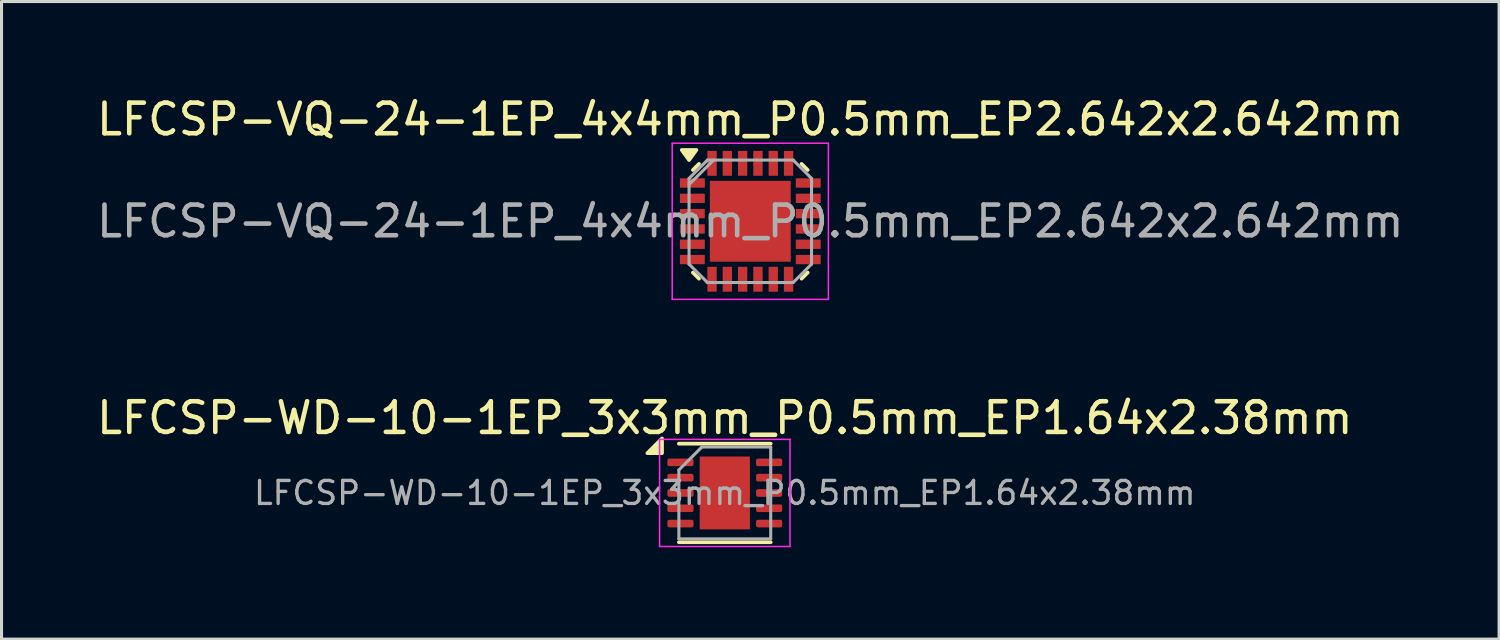
<source format=kicad_pcb>
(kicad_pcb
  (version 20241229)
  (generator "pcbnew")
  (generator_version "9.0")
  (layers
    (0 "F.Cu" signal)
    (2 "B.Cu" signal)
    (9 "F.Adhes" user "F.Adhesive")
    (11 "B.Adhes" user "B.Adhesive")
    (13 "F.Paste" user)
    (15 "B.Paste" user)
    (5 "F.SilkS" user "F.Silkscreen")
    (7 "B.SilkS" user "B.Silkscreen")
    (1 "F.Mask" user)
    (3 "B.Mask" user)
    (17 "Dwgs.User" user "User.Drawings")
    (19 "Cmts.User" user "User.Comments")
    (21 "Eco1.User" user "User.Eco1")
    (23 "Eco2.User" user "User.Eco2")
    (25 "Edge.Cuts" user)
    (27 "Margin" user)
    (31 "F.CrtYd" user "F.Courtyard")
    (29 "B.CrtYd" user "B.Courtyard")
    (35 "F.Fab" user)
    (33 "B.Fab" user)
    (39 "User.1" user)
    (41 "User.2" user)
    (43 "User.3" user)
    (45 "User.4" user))
  (footprint "LFCSP-VQ-24-1EP_4x4mm_P0.5mm_EP2.642x2.642mm"
    (layer "F.Cu")
    (at 21.458 4.178)
    (property "Reference" "LFCSP-VQ-24-1EP_4x4mm_P0.5mm_EP2.642x2.642mm" (at 0 -3.33 0) (layer "F.SilkS") (effects (font (size 1 1) (thickness 0.15))))
    (attr smd)
    (fp_line (start -1.675 -1.875) (end -1.875 -1.675) (stroke (width 0.12) (type solid)) (layer "F.SilkS"))
    (fp_line (start -1.675 1.875) (end -1.875 1.675) (stroke (width 0.12) (type solid)) (layer "F.SilkS"))
    (fp_line (start 1.675 1.875) (end 1.875 1.675) (stroke (width 0.12) (type solid)) (layer "F.SilkS"))
    (fp_line (start 1.875 -1.675) (end 1.675 -1.875) (stroke (width 0.12) (type solid)) (layer "F.SilkS"))
    (fp_poly (pts (xy -2 -2) (xy -2.24 -2.33) (xy -1.76 -2.33) (xy -2 -2)) (stroke (width 0.12) (type solid)) (fill yes) (layer "F.SilkS"))
    (fp_line (start -2.55 -2.55) (end -2.55 2.55) (stroke (width 0.05) (type solid)) (layer "F.CrtYd"))
    (fp_line (start -2.55 -2.55) (end 2.55 -2.55) (stroke (width 0.05) (type solid)) (layer "F.CrtYd"))
    (fp_line (start -2.55 2.55) (end 2.55 2.55) (stroke (width 0.05) (type solid)) (layer "F.CrtYd"))
    (fp_line (start 2.55 -2.55) (end 2.55 2.55) (stroke (width 0.05) (type solid)) (layer "F.CrtYd"))
    (fp_line (start -2 -1.4) (end -1.4 -2) (stroke (width 0.1) (type solid)) (layer "F.Fab"))
    (fp_line (start -2 1.4) (end -2 -1.4) (stroke (width 0.1) (type solid)) (layer "F.Fab"))
    (fp_line (start -2 1.4) (end -1.4 2) (stroke (width 0.1) (type solid)) (layer "F.Fab"))
    (fp_line (start -1.4 -2) (end 1.4 -2) (stroke (width 0.1) (type solid)) (layer "F.Fab"))
    (fp_line (start -1.2 -2) (end -2 -1.2) (stroke (width 0.1) (type solid)) (layer "F.Fab"))
    (fp_line (start 1.4 -2) (end 2 -1.4) (stroke (width 0.1) (type solid)) (layer "F.Fab"))
    (fp_line (start 1.4 2) (end -1.4 2) (stroke (width 0.1) (type solid)) (layer "F.Fab"))
    (fp_line (start 1.4 2) (end 2 1.4) (stroke (width 0.1) (type solid)) (layer "F.Fab"))
    (fp_line (start 2 -1.4) (end 2 1.4) (stroke (width 0.1) (type solid)) (layer "F.Fab"))
    (fp_text user "${REFERENCE}" (at 0 0 0) (layer "F.Fab") (effects (font (size 1 1) (thickness 0.15))))
    (pad "" smd rect (at -0.65 -0.65) (size 1.05 1.05) (layers "F.Paste"))
    (pad "" smd rect (at -0.65 0.65) (size 1.05 1.05) (layers "F.Paste"))
    (pad "" smd rect (at 0.65 -0.65) (size 1.05 1.05) (layers "F.Paste"))
    (pad "" smd rect (at 0.65 0.65) (size 1.05 1.05) (layers "F.Paste"))
    (pad "1" smd rect (at -1.893 -1.25) (size 0.813 0.305) (layers "F.Cu" "F.Mask" "F.Paste"))
    (pad "2" smd rect (at -1.893 -0.75) (size 0.813 0.305) (layers "F.Cu" "F.Mask" "F.Paste"))
    (pad "3" smd rect (at -1.893 -0.25) (size 0.813 0.305) (layers "F.Cu" "F.Mask" "F.Paste"))
    (pad "4" smd rect (at -1.893 0.25) (size 0.813 0.305) (layers "F.Cu" "F.Mask" "F.Paste"))
    (pad "5" smd rect (at -1.893 0.75) (size 0.813 0.305) (layers "F.Cu" "F.Mask" "F.Paste"))
    (pad "6" smd rect (at -1.893 1.25) (size 0.813 0.305) (layers "F.Cu" "F.Mask" "F.Paste"))
    (pad "7" smd rect (at -1.25 1.893 90) (size 0.813 0.305) (layers "F.Cu" "F.Mask" "F.Paste"))
    (pad "8" smd rect (at -0.75 1.893 90) (size 0.813 0.305) (layers "F.Cu" "F.Mask" "F.Paste"))
    (pad "9" smd rect (at -0.25 1.893 90) (size 0.813 0.305) (layers "F.Cu" "F.Mask" "F.Paste"))
    (pad "10" smd rect (at 0.25 1.893 90) (size 0.813 0.305) (layers "F.Cu" "F.Mask" "F.Paste"))
    (pad "11" smd rect (at 0.75 1.893 90) (size 0.813 0.305) (layers "F.Cu" "F.Mask" "F.Paste"))
    (pad "12" smd rect (at 1.25 1.893 90) (size 0.813 0.305) (layers "F.Cu" "F.Mask" "F.Paste"))
    (pad "13" smd rect (at 1.893 1.25) (size 0.813 0.305) (layers "F.Cu" "F.Mask" "F.Paste"))
    (pad "14" smd rect (at 1.893 0.75) (size 0.813 0.305) (layers "F.Cu" "F.Mask" "F.Paste"))
    (pad "15" smd rect (at 1.893 0.25) (size 0.813 0.305) (layers "F.Cu" "F.Mask" "F.Paste"))
    (pad "16" smd rect (at 1.893 -0.25) (size 0.813 0.305) (layers "F.Cu" "F.Mask" "F.Paste"))
    (pad "17" smd rect (at 1.893 -0.75) (size 0.813 0.305) (layers "F.Cu" "F.Mask" "F.Paste"))
    (pad "18" smd rect (at 1.893 -1.25) (size 0.813 0.305) (layers "F.Cu" "F.Mask" "F.Paste"))
    (pad "19" smd rect (at 1.25 -1.893 90) (size 0.813 0.305) (layers "F.Cu" "F.Mask" "F.Paste"))
    (pad "20" smd rect (at 0.75 -1.893 90) (size 0.813 0.305) (layers "F.Cu" "F.Mask" "F.Paste"))
    (pad "21" smd rect (at 0.25 -1.893 90) (size 0.813 0.305) (layers "F.Cu" "F.Mask" "F.Paste"))
    (pad "22" smd rect (at -0.25 -1.893 90) (size 0.813 0.305) (layers "F.Cu" "F.Mask" "F.Paste"))
    (pad "23" smd rect (at -0.75 -1.893 90) (size 0.813 0.305) (layers "F.Cu" "F.Mask" "F.Paste"))
    (pad "24" smd rect (at -1.25 -1.893 90) (size 0.813 0.305) (layers "F.Cu" "F.Mask" "F.Paste"))
    (pad "25" smd rect (at 0 0) (size 2.642 2.642) (layers "F.Cu" "F.Mask")))
  (footprint "LFCSP-WD-10-1EP_3x3mm_P0.5mm_EP1.64x2.38mm"
    (layer "F.Cu")
    (at 20.625 13.052)
    (property "Reference" "LFCSP-WD-10-1EP_3x3mm_P0.5mm_EP1.64x2.38mm" (at 0 -2.45 0) (layer "F.SilkS") (effects (font (size 1 1) (thickness 0.15))))
    (attr smd)
    (fp_line (start -1.5 -1.61) (end 1.5 -1.61) (stroke (width 0.12) (type solid)) (layer "F.SilkS"))
    (fp_line (start -1.5 1.61) (end 1.5 1.61) (stroke (width 0.12) (type solid)) (layer "F.SilkS"))
    (fp_poly (pts (xy -2.05 -1.3) (xy -2.53 -1.3) (xy -2.05 -1.78) (xy -2.05 -1.3)) (stroke (width 0.12) (type solid)) (fill yes) (layer "F.SilkS"))
    (fp_line (start -2.13 -1.75) (end -2.13 1.75) (stroke (width 0.05) (type solid)) (layer "F.CrtYd"))
    (fp_line (start -2.13 1.75) (end 2.13 1.75) (stroke (width 0.05) (type solid)) (layer "F.CrtYd"))
    (fp_line (start 2.13 -1.75) (end -2.13 -1.75) (stroke (width 0.05) (type solid)) (layer "F.CrtYd"))
    (fp_line (start 2.13 1.75) (end 2.13 -1.75) (stroke (width 0.05) (type solid)) (layer "F.CrtYd"))
    (fp_line (start -1.5 -0.75) (end -0.75 -1.5) (stroke (width 0.1) (type solid)) (layer "F.Fab"))
    (fp_line (start -1.5 1.5) (end -1.5 -0.75) (stroke (width 0.1) (type solid)) (layer "F.Fab"))
    (fp_line (start -0.75 -1.5) (end 1.5 -1.5) (stroke (width 0.1) (type solid)) (layer "F.Fab"))
    (fp_line (start 1.5 -1.5) (end 1.5 1.5) (stroke (width 0.1) (type solid)) (layer "F.Fab"))
    (fp_line (start 1.5 1.5) (end -1.5 1.5) (stroke (width 0.1) (type solid)) (layer "F.Fab"))
    (fp_text user "${REFERENCE}" (at 0 0 0) (layer "F.Fab") (effects (font (size 0.75 0.75) (thickness 0.11))))
    (pad "" smd roundrect (at -0.41 -0.79) (size 0.66 0.64) (layers "F.Paste") (roundrect_rratio 0.25))
    (pad "" smd roundrect (at -0.41 0) (size 0.66 0.64) (layers "F.Paste") (roundrect_rratio 0.25))
    (pad "" smd roundrect (at -0.41 0.79) (size 0.66 0.64) (layers "F.Paste") (roundrect_rratio 0.25))
    (pad "" smd roundrect (at 0.41 -0.79) (size 0.66 0.64) (layers "F.Paste") (roundrect_rratio 0.25))
    (pad "" smd roundrect (at 0.41 0) (size 0.66 0.64) (layers "F.Paste") (roundrect_rratio 0.25))
    (pad "" smd roundrect (at 0.41 0.79) (size 0.66 0.64) (layers "F.Paste") (roundrect_rratio 0.25))
    (pad "1" smd roundrect (at -1.448 -1) (size 0.855 0.25) (layers "F.Cu" "F.Mask" "F.Paste") (roundrect_rratio 0.25))
    (pad "2" smd roundrect (at -1.448 -0.5) (size 0.855 0.25) (layers "F.Cu" "F.Mask" "F.Paste") (roundrect_rratio 0.25))
    (pad "3" smd roundrect (at -1.448 0) (size 0.855 0.25) (layers "F.Cu" "F.Mask" "F.Paste") (roundrect_rratio 0.25))
    (pad "4" smd roundrect (at -1.448 0.5) (size 0.855 0.25) (layers "F.Cu" "F.Mask" "F.Paste") (roundrect_rratio 0.25))
    (pad "5" smd roundrect (at -1.448 1) (size 0.855 0.25) (layers "F.Cu" "F.Mask" "F.Paste") (roundrect_rratio 0.25))
    (pad "6" smd roundrect (at 1.448 1) (size 0.855 0.25) (layers "F.Cu" "F.Mask" "F.Paste") (roundrect_rratio 0.25))
    (pad "7" smd roundrect (at 1.448 0.5) (size 0.855 0.25) (layers "F.Cu" "F.Mask" "F.Paste") (roundrect_rratio 0.25))
    (pad "8" smd roundrect (at 1.448 0) (size 0.855 0.25) (layers "F.Cu" "F.Mask" "F.Paste") (roundrect_rratio 0.25))
    (pad "9" smd roundrect (at 1.448 -0.5) (size 0.855 0.25) (layers "F.Cu" "F.Mask" "F.Paste") (roundrect_rratio 0.25))
    (pad "10" smd roundrect (at 1.448 -1) (size 0.855 0.25) (layers "F.Cu" "F.Mask" "F.Paste") (roundrect_rratio 0.25))
    (pad "11" smd rect (at 0 0) (size 1.64 2.38) (property pad_prop_heatsink) (layers "F.Cu" "F.Mask")))
  (gr_rect
    (start -3 -3)
    (end 45.917 17.826)
    (stroke (width 0.1) (type default))
    (fill no)
    (layer "Edge.Cuts")))
</source>
